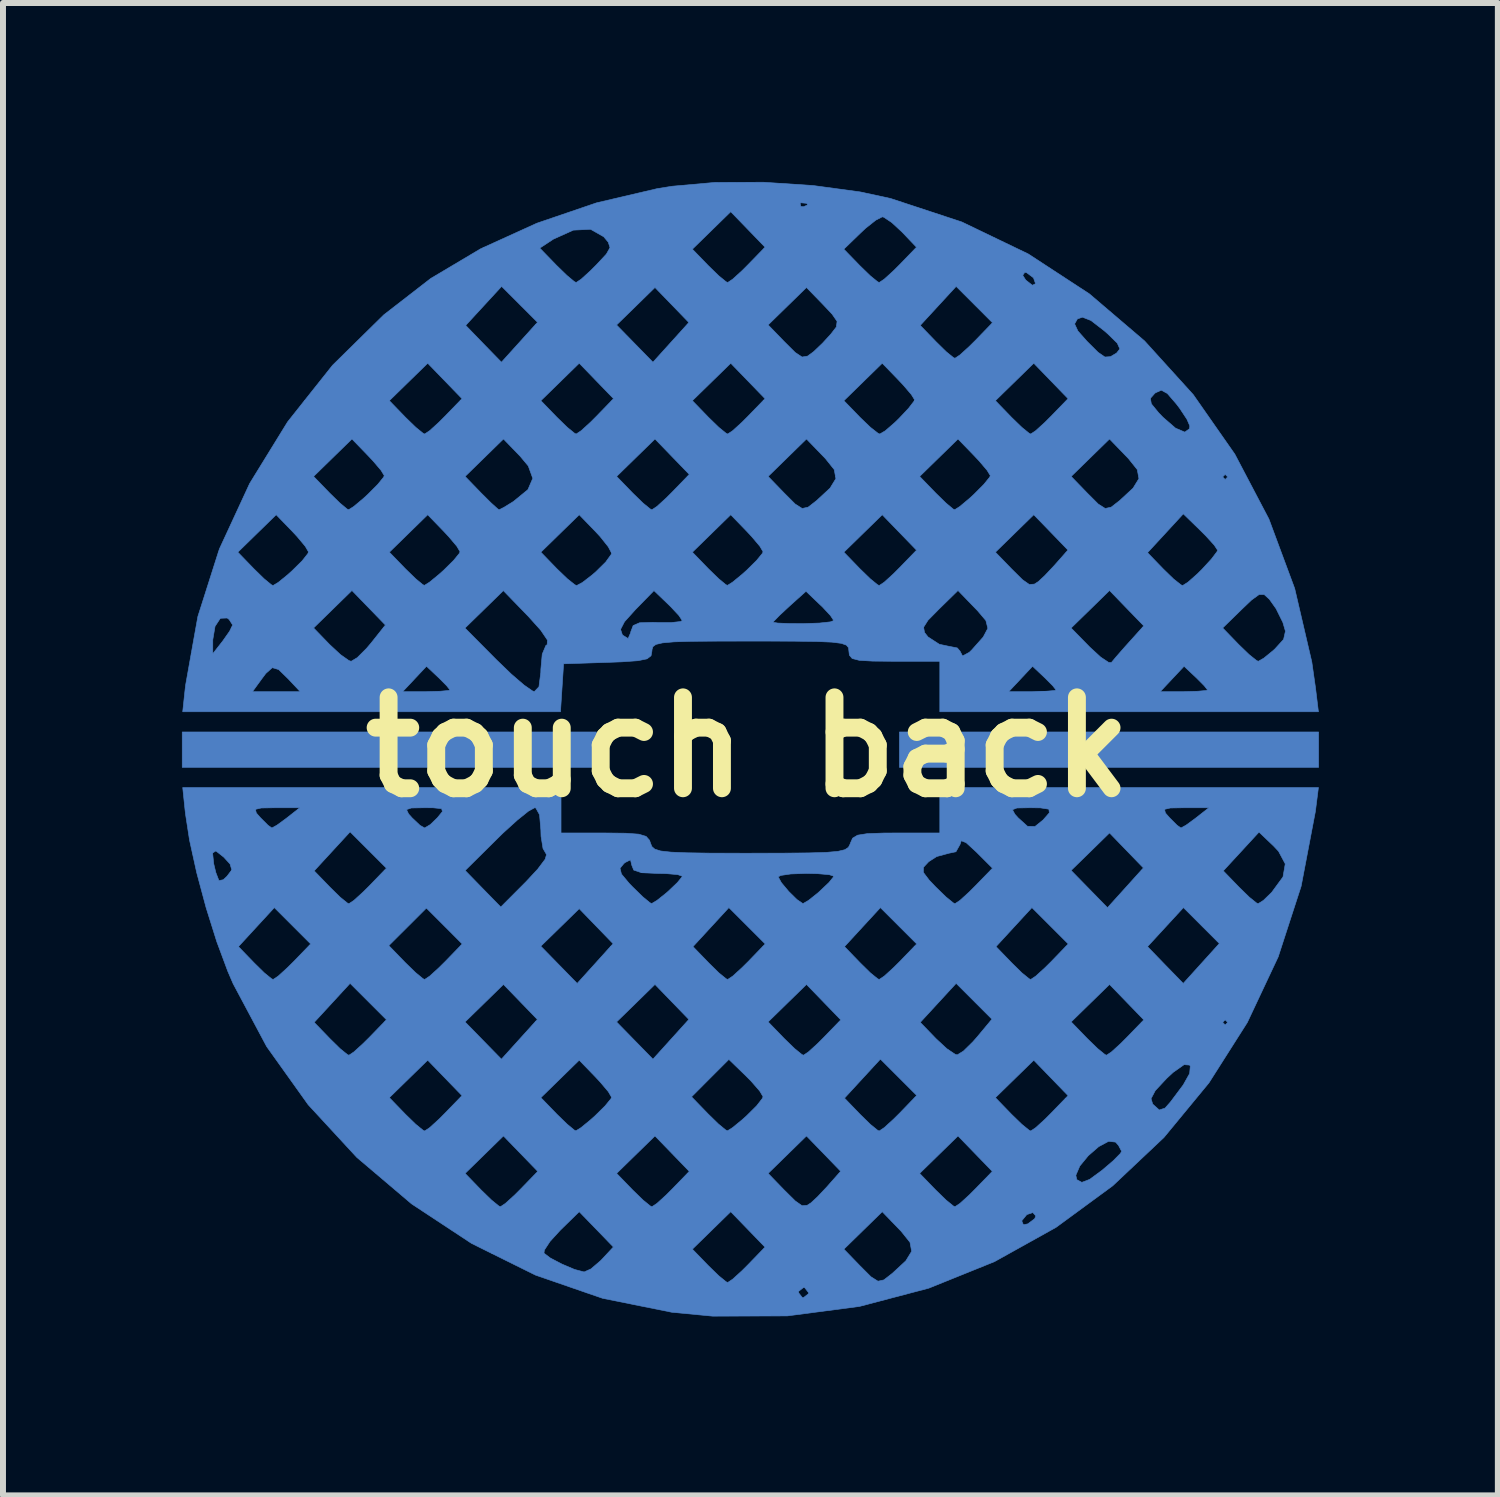
<source format=kicad_pcb>
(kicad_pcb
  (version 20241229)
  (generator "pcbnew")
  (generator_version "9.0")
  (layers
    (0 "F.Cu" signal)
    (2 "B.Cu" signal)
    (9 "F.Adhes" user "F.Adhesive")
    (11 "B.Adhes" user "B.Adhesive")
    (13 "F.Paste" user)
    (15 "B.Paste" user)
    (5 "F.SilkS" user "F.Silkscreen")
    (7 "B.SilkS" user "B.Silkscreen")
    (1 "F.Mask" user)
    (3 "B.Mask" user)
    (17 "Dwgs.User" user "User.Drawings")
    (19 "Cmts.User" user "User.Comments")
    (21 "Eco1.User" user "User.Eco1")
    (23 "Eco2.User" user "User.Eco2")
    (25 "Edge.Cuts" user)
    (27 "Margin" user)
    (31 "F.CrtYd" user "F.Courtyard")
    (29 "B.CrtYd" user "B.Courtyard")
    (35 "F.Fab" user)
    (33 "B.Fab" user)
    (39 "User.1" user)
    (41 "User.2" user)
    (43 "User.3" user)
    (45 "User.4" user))
  (footprint "touch back"
    (layer "F.Cu")
    (at 9.488 9.475)
    (property "Reference" "touch back" (at 0 0 0) (layer "F.SilkS") (effects (font (size 1.524 1.524) (thickness 0.3))))
    (attr through_hole)
    (fp_poly (pts (xy -2.54 0.339) (xy -9.483 0.339) (xy -9.483 -0.254) (xy -2.54 -0.254) (xy -2.54 0.339)) (stroke (width 0.01) (type solid)) (fill yes) (layer "B.Cu"))
    (fp_poly (pts (xy 9.567 0.339) (xy 2.54 0.339) (xy 2.54 -0.254) (xy 9.567 -0.254) (xy 9.567 0.339)) (stroke (width 0.01) (type solid)) (fill yes) (layer "B.Cu"))
    (fp_poly (pts (xy 9.513 1.079) (xy 9.274 2.333) (xy 8.89 3.515) (xy 8.372 4.616) (xy 7.729 5.628) (xy 6.974 6.544) (xy 6.115 7.354) (xy 5.165 8.051) (xy 4.134 8.625) (xy 3.032 9.07) (xy 1.87 9.376) (xy 0.66 9.535) (xy -0.59 9.539) (xy -1.274 9.474) (xy -2.435 9.24) (xy -2.714 9.144) (xy 0.847 9.144) (xy 0.911 9.226) (xy 0.931 9.229) (xy 1.014 9.164) (xy 1.016 9.144) (xy 0.952 9.062) (xy 0.931 9.059) (xy 0.849 9.124) (xy 0.847 9.144) (xy -2.714 9.144) (xy -3.561 8.851) (xy -4.304 8.483) (xy -3.419 8.483) (xy -3.313 8.564) (xy -3.118 8.666) (xy -2.906 8.756) (xy -2.746 8.798) (xy -2.745 8.798) (xy -2.631 8.747) (xy -2.472 8.611) (xy -2.454 8.593) (xy -2.289 8.416) (xy -0.931 8.416) (xy -0.661 8.695) (xy -0.489 8.862) (xy -0.366 8.962) (xy -0.339 8.975) (xy -0.255 8.919) (xy -0.099 8.777) (xy 0 8.678) (xy 0.254 8.416) (xy 1.609 8.416) (xy 1.879 8.695) (xy 2.063 8.879) (xy 2.18 8.953) (xy 2.28 8.931) (xy 2.416 8.825) (xy 2.417 8.825) (xy 2.647 8.612) (xy 2.745 8.452) (xy 2.717 8.301) (xy 2.569 8.116) (xy 2.536 8.082) (xy 2.402 7.943) (xy 4.591 7.943) (xy 4.618 8.007) (xy 4.692 7.992) (xy 4.808 7.905) (xy 4.826 7.858) (xy 4.776 7.802) (xy 4.675 7.837) (xy 4.594 7.936) (xy 4.591 7.943) (xy 2.402 7.943) (xy 2.252 7.788) (xy 1.609 8.416) (xy 0.254 8.416) (xy 0.287 8.382) (xy -0.288 7.788) (xy -0.931 8.416) (xy -2.289 8.416) (xy -2.255 8.38) (xy -2.541 8.084) (xy -2.828 7.788) (xy -3.146 8.099) (xy -3.317 8.286) (xy -3.412 8.431) (xy -3.419 8.483) (xy -4.304 8.483) (xy -4.634 8.319) (xy -5.638 7.657) (xy -6.24 7.146) (xy -4.741 7.146) (xy -4.471 7.425) (xy -4.299 7.592) (xy -4.176 7.692) (xy -4.149 7.705) (xy -4.065 7.649) (xy -3.909 7.507) (xy -3.81 7.408) (xy -3.556 7.146) (xy -2.201 7.146) (xy -1.931 7.425) (xy -1.759 7.592) (xy -1.636 7.692) (xy -1.609 7.705) (xy -1.525 7.649) (xy -1.369 7.507) (xy -1.27 7.408) (xy -1.016 7.146) (xy 0.339 7.146) (xy 0.609 7.425) (xy 0.794 7.608) (xy 0.907 7.687) (xy 0.993 7.681) (xy 1.058 7.639) (xy 1.168 7.537) (xy 1.326 7.369) (xy 1.349 7.343) (xy 1.523 7.146) (xy 2.879 7.146) (xy 3.149 7.425) (xy 3.321 7.592) (xy 3.444 7.692) (xy 3.471 7.705) (xy 3.555 7.649) (xy 3.711 7.507) (xy 3.81 7.408) (xy 4.034 7.178) (xy 5.497 7.178) (xy 5.514 7.251) (xy 5.598 7.296) (xy 5.729 7.246) (xy 5.935 7.095) (xy 6.125 6.933) (xy 6.244 6.812) (xy 6.265 6.776) (xy 6.213 6.677) (xy 6.163 6.621) (xy 6.047 6.608) (xy 5.881 6.697) (xy 5.706 6.849) (xy 5.564 7.022) (xy 5.497 7.178) (xy 4.034 7.178) (xy 4.097 7.112) (xy 3.522 6.518) (xy 2.879 7.146) (xy 1.523 7.146) (xy 1.555 7.11) (xy 1.269 6.814) (xy 0.982 6.518) (xy 0.339 7.146) (xy -1.016 7.146) (xy -0.983 7.112) (xy -1.558 6.518) (xy -2.201 7.146) (xy -3.556 7.146) (xy -3.523 7.112) (xy -4.098 6.518) (xy -4.741 7.146) (xy -6.24 7.146) (xy -6.556 6.878) (xy -7.372 5.994) (xy -7.456 5.876) (xy -6.011 5.876) (xy -5.741 6.155) (xy -5.569 6.322) (xy -5.446 6.422) (xy -5.419 6.435) (xy -5.335 6.379) (xy -5.179 6.237) (xy -5.08 6.138) (xy -4.826 5.876) (xy -3.471 5.876) (xy -3.201 6.155) (xy -3.03 6.321) (xy -2.91 6.42) (xy -2.883 6.432) (xy -2.798 6.379) (xy -2.637 6.247) (xy -2.561 6.179) (xy -2.394 6.014) (xy -2.296 5.894) (xy -2.286 5.868) (xy -2.29 5.862) (xy -0.945 5.862) (xy -0.668 6.148) (xy -0.495 6.317) (xy -0.372 6.418) (xy -0.343 6.432) (xy -0.258 6.379) (xy -0.097 6.247) (xy -0.021 6.179) (xy 0.147 6.012) (xy 0.244 5.887) (xy 0.245 5.884) (xy 1.619 5.884) (xy 1.885 6.16) (xy 2.054 6.325) (xy 2.175 6.423) (xy 2.201 6.435) (xy 2.285 6.379) (xy 2.441 6.237) (xy 2.542 6.137) (xy 2.794 5.876) (xy 4.149 5.876) (xy 4.419 6.155) (xy 4.591 6.322) (xy 4.714 6.422) (xy 4.741 6.435) (xy 4.825 6.379) (xy 4.981 6.237) (xy 5.08 6.138) (xy 5.317 5.893) (xy 6.758 5.893) (xy 6.786 5.984) (xy 6.896 6.083) (xy 6.994 6.05) (xy 7.084 5.948) (xy 7.298 5.662) (xy 7.405 5.471) (xy 7.416 5.35) (xy 7.406 5.33) (xy 7.312 5.323) (xy 7.13 5.451) (xy 7.02 5.553) (xy 6.829 5.758) (xy 6.758 5.893) (xy 5.317 5.893) (xy 5.367 5.842) (xy 4.792 5.248) (xy 4.149 5.876) (xy 2.794 5.876) (xy 2.83 5.839) (xy 2.221 5.23) (xy 1.92 5.557) (xy 1.619 5.884) (xy 0.245 5.884) (xy 0.254 5.86) (xy 0.198 5.765) (xy 0.056 5.602) (xy -0.032 5.513) (xy -0.319 5.235) (xy -0.632 5.548) (xy -0.945 5.862) (xy -2.29 5.862) (xy -2.34 5.776) (xy -2.477 5.614) (xy -2.557 5.528) (xy -2.828 5.248) (xy -3.471 5.876) (xy -4.826 5.876) (xy -4.793 5.842) (xy -5.368 5.248) (xy -6.011 5.876) (xy -7.456 5.876) (xy -8.068 5.019) (xy -8.284 4.614) (xy -7.271 4.614) (xy -7.005 4.889) (xy -6.836 5.055) (xy -6.715 5.153) (xy -6.689 5.165) (xy -6.605 5.109) (xy -6.449 4.967) (xy -6.348 4.867) (xy -6.096 4.607) (xy -4.742 4.607) (xy -4.437 4.919) (xy -4.132 5.231) (xy -3.831 4.898) (xy -3.568 4.607) (xy -2.202 4.607) (xy -1.897 4.919) (xy -1.592 5.231) (xy -1.291 4.898) (xy -1.027 4.606) (xy 0.339 4.606) (xy 0.609 4.885) (xy 0.781 5.052) (xy 0.904 5.152) (xy 0.931 5.165) (xy 1.015 5.109) (xy 1.171 4.967) (xy 1.27 4.868) (xy 1.516 4.614) (xy 2.889 4.614) (xy 3.155 4.889) (xy 3.333 5.054) (xy 3.474 5.149) (xy 3.509 5.159) (xy 3.613 5.095) (xy 3.771 4.94) (xy 3.845 4.856) (xy 4.053 4.606) (xy 5.419 4.606) (xy 5.689 4.885) (xy 5.861 5.052) (xy 5.984 5.152) (xy 6.011 5.165) (xy 6.095 5.109) (xy 6.251 4.967) (xy 6.35 4.868) (xy 6.596 4.614) (xy 7.959 4.614) (xy 8.001 4.657) (xy 8.043 4.614) (xy 8.001 4.572) (xy 7.959 4.614) (xy 6.596 4.614) (xy 6.637 4.572) (xy 6.062 3.978) (xy 5.419 4.606) (xy 4.053 4.606) (xy 4.091 4.56) (xy 3.491 3.96) (xy 3.19 4.287) (xy 2.889 4.614) (xy 1.516 4.614) (xy 1.557 4.572) (xy 0.982 3.978) (xy 0.339 4.606) (xy -1.027 4.606) (xy -0.99 4.565) (xy -1.558 3.978) (xy -1.88 4.293) (xy -2.202 4.607) (xy -3.568 4.607) (xy -3.53 4.565) (xy -4.098 3.978) (xy -4.42 4.293) (xy -4.742 4.607) (xy -6.096 4.607) (xy -6.06 4.569) (xy -6.669 3.96) (xy -6.97 4.287) (xy -7.271 4.614) (xy -8.284 4.614) (xy -8.63 3.965) (xy -8.72 3.756) (xy -8.873 3.344) (xy -8.541 3.344) (xy -8.275 3.619) (xy -8.106 3.785) (xy -7.985 3.883) (xy -7.959 3.895) (xy -7.875 3.839) (xy -7.719 3.697) (xy -7.618 3.597) (xy -7.357 3.327) (xy -6.02 3.327) (xy -5.745 3.611) (xy -5.572 3.779) (xy -5.448 3.881) (xy -5.419 3.895) (xy -5.335 3.839) (xy -5.179 3.697) (xy -5.078 3.597) (xy -4.826 3.337) (xy -3.472 3.337) (xy -3.167 3.649) (xy -2.862 3.961) (xy -2.561 3.628) (xy -2.305 3.344) (xy -0.921 3.344) (xy -0.655 3.619) (xy -0.486 3.785) (xy -0.365 3.883) (xy -0.339 3.895) (xy -0.255 3.839) (xy -0.099 3.697) (xy 0.002 3.597) (xy 0.246 3.344) (xy 1.619 3.344) (xy 1.885 3.619) (xy 2.054 3.785) (xy 2.175 3.883) (xy 2.201 3.895) (xy 2.285 3.839) (xy 2.441 3.697) (xy 2.542 3.597) (xy 2.786 3.344) (xy 4.159 3.344) (xy 4.425 3.619) (xy 4.594 3.785) (xy 4.715 3.883) (xy 4.741 3.895) (xy 4.825 3.839) (xy 4.981 3.697) (xy 5.082 3.597) (xy 5.326 3.344) (xy 6.699 3.344) (xy 6.998 3.653) (xy 7.298 3.961) (xy 7.601 3.626) (xy 7.903 3.292) (xy 7.301 2.69) (xy 6.699 3.344) (xy 5.326 3.344) (xy 5.37 3.299) (xy 4.761 2.69) (xy 4.46 3.017) (xy 4.159 3.344) (xy 2.786 3.344) (xy 2.83 3.299) (xy 2.221 2.69) (xy 1.92 3.017) (xy 1.619 3.344) (xy 0.246 3.344) (xy 0.29 3.299) (xy -0.319 2.69) (xy -0.62 3.017) (xy -0.921 3.344) (xy -2.305 3.344) (xy -2.26 3.295) (xy -2.828 2.708) (xy -3.15 3.023) (xy -3.472 3.337) (xy -4.826 3.337) (xy -4.79 3.299) (xy -5.09 2.998) (xy -5.39 2.698) (xy -5.705 3.013) (xy -6.02 3.327) (xy -7.357 3.327) (xy -7.33 3.299) (xy -7.939 2.69) (xy -8.24 3.017) (xy -8.541 3.344) (xy -8.873 3.344) (xy -8.903 3.264) (xy -9.082 2.694) (xy -9.24 2.106) (xy -9.313 1.775) (xy -8.974 1.775) (xy -8.955 1.956) (xy -8.92 2.102) (xy -8.868 2.237) (xy -8.795 2.223) (xy -8.733 2.165) (xy -8.664 2.074) (xy -7.271 2.074) (xy -7.005 2.349) (xy -6.836 2.515) (xy -6.715 2.613) (xy -6.689 2.625) (xy -6.605 2.569) (xy -6.449 2.427) (xy -6.348 2.327) (xy -6.098 2.068) (xy -4.74 2.068) (xy -4.442 2.374) (xy -4.143 2.68) (xy -3.716 2.252) (xy -3.52 2.041) (xy -3.513 2.031) (xy -2.144 2.031) (xy -2.12 2.128) (xy -1.99 2.284) (xy -1.934 2.342) (xy -1.763 2.509) (xy -1.641 2.609) (xy -1.613 2.622) (xy -1.525 2.57) (xy -1.367 2.444) (xy -1.333 2.414) (xy -1.181 2.269) (xy -1.105 2.175) (xy 0.508 2.175) (xy 0.561 2.272) (xy 0.684 2.419) (xy 0.822 2.555) (xy 0.919 2.621) (xy 0.925 2.622) (xy 1.015 2.57) (xy 1.173 2.444) (xy 1.206 2.414) (xy 1.359 2.269) (xy 1.437 2.172) (xy 1.439 2.163) (xy 1.363 2.138) (xy 1.165 2.121) (xy 0.974 2.117) (xy 0.719 2.126) (xy 0.549 2.151) (xy 0.508 2.175) (xy -1.105 2.175) (xy -1.103 2.172) (xy -1.101 2.163) (xy -1.177 2.137) (xy -1.372 2.12) (xy -1.524 2.117) (xy -1.785 2.105) (xy -1.799 2.1) (xy 2.941 2.1) (xy 3.037 2.227) (xy 3.147 2.343) (xy 3.32 2.511) (xy 3.443 2.611) (xy 3.471 2.625) (xy 3.555 2.569) (xy 3.711 2.427) (xy 3.811 2.327) (xy 4.064 2.067) (xy 5.418 2.067) (xy 5.723 2.379) (xy 6.028 2.691) (xy 6.329 2.358) (xy 6.585 2.074) (xy 7.969 2.074) (xy 8.235 2.349) (xy 8.405 2.515) (xy 8.527 2.613) (xy 8.553 2.625) (xy 8.642 2.569) (xy 8.781 2.434) (xy 8.97 2.176) (xy 9.008 1.957) (xy 8.895 1.745) (xy 8.814 1.659) (xy 8.568 1.424) (xy 8.269 1.749) (xy 7.969 2.074) (xy 6.585 2.074) (xy 6.63 2.025) (xy 6.062 1.438) (xy 5.74 1.753) (xy 5.418 2.067) (xy 4.064 2.067) (xy 4.1 2.029) (xy 3.828 1.757) (xy 3.659 1.602) (xy 3.576 1.569) (xy 3.556 1.631) (xy 3.487 1.754) (xy 3.372 1.778) (xy 3.165 1.834) (xy 3.031 1.92) (xy 2.943 2.014) (xy 2.941 2.1) (xy -1.799 2.1) (xy -1.914 2.061) (xy -1.947 1.979) (xy -1.968 1.889) (xy -2.058 1.934) (xy -2.078 1.95) (xy -2.144 2.031) (xy -3.513 2.031) (xy -3.399 1.879) (xy -3.375 1.797) (xy -3.38 1.794) (xy -3.435 1.699) (xy -3.468 1.494) (xy -3.471 1.39) (xy -3.493 1.133) (xy -3.556 1.02) (xy -3.575 1.016) (xy -3.678 1.072) (xy -3.866 1.223) (xy -4.104 1.439) (xy -4.209 1.542) (xy -4.74 2.068) (xy -6.098 2.068) (xy -6.06 2.029) (xy -6.669 1.42) (xy -6.97 1.747) (xy -7.271 2.074) (xy -8.664 2.074) (xy -8.652 2.059) (xy -8.681 1.96) (xy -8.787 1.844) (xy -8.919 1.74) (xy -8.974 1.775) (xy -9.313 1.775) (xy -9.361 1.557) (xy -9.428 1.122) (xy -9.437 1.043) (xy -8.256 1.043) (xy -8.241 1.104) (xy -8.17 1.185) (xy -8.045 1.31) (xy -7.98 1.355) (xy -7.895 1.308) (xy -7.739 1.194) (xy -7.728 1.185) (xy -7.552 1.047) (xy -5.723 1.047) (xy -5.689 1.119) (xy -5.63 1.185) (xy -5.497 1.311) (xy -5.419 1.355) (xy -5.324 1.298) (xy -5.207 1.185) (xy -5.121 1.08) (xy -5.135 1.031) (xy -5.276 1.017) (xy -5.419 1.016) (xy -5.642 1.02) (xy -5.723 1.047) (xy -7.552 1.047) (xy -7.512 1.016) (xy -7.918 1.016) (xy -8.158 1.02) (xy -8.256 1.043) (xy -9.437 1.043) (xy -9.475 0.677) (xy -3.133 0.677) (xy -3.133 1.439) (xy -2.405 1.439) (xy -2.05 1.443) (xy -1.829 1.459) (xy -1.707 1.496) (xy -1.65 1.56) (xy -1.633 1.609) (xy -1.61 1.667) (xy -1.561 1.71) (xy -1.462 1.741) (xy -1.291 1.76) (xy -1.026 1.771) (xy -0.643 1.777) (xy -0.119 1.778) (xy 0.042 1.778) (xy 0.606 1.777) (xy 1.024 1.773) (xy 1.317 1.764) (xy 1.51 1.747) (xy 1.626 1.719) (xy 1.685 1.68) (xy 1.713 1.625) (xy 1.718 1.609) (xy 1.755 1.526) (xy 1.838 1.476) (xy 2.001 1.45) (xy 2.28 1.44) (xy 2.49 1.439) (xy 3.217 1.439) (xy 3.217 1.049) (xy 4.435 1.049) (xy 4.476 1.125) (xy 4.53 1.185) (xy 4.687 1.327) (xy 4.813 1.33) (xy 4.947 1.222) (xy 5.053 1.101) (xy 5.046 1.043) (xy 6.984 1.043) (xy 6.999 1.104) (xy 7.07 1.185) (xy 7.195 1.31) (xy 7.26 1.355) (xy 7.345 1.308) (xy 7.501 1.194) (xy 7.512 1.185) (xy 7.728 1.016) (xy 7.322 1.016) (xy 7.082 1.02) (xy 6.984 1.043) (xy 5.046 1.043) (xy 5.045 1.04) (xy 4.903 1.018) (xy 4.728 1.016) (xy 4.51 1.02) (xy 4.435 1.049) (xy 3.217 1.049) (xy 3.217 0.677) (xy 6.391 0.677) (xy 9.564 0.677) (xy 9.513 1.079)) (stroke (width 0.01) (type solid)) (fill yes) (layer "B.Cu"))
    (fp_poly (pts (xy 1.092 -9.415) (xy 1.882 -9.308) (xy 2.391 -9.198) (xy 3.586 -8.804) (xy 4.7 -8.268) (xy 5.724 -7.599) (xy 6.649 -6.81) (xy 7.465 -5.91) (xy 8.163 -4.911) (xy 8.734 -3.824) (xy 9.166 -2.66) (xy 9.453 -1.429) (xy 9.515 -0.995) (xy 9.564 -0.593) (xy 3.217 -0.593) (xy 3.217 -0.931) (xy 4.373 -0.931) (xy 4.769 -0.931) (xy 6.913 -0.931) (xy 7.309 -0.931) (xy 7.541 -0.937) (xy 7.684 -0.95) (xy 7.705 -0.959) (xy 7.65 -1.029) (xy 7.517 -1.163) (xy 7.508 -1.171) (xy 7.312 -1.356) (xy 7.112 -1.143) (xy 6.913 -0.931) (xy 4.769 -0.931) (xy 5.001 -0.937) (xy 5.144 -0.95) (xy 5.165 -0.959) (xy 5.11 -1.029) (xy 4.977 -1.163) (xy 4.968 -1.171) (xy 4.772 -1.356) (xy 4.572 -1.143) (xy 4.373 -0.931) (xy 3.217 -0.931) (xy 3.217 -1.439) (xy 2.455 -1.439) (xy 2.093 -1.442) (xy 1.868 -1.455) (xy 1.748 -1.486) (xy 1.701 -1.542) (xy 1.693 -1.609) (xy 1.687 -1.667) (xy 1.651 -1.71) (xy 1.566 -1.74) (xy 1.408 -1.76) (xy 1.155 -1.771) (xy 0.786 -1.776) (xy 0.278 -1.778) (xy 0.042 -1.778) (xy -0.525 -1.777) (xy -0.945 -1.774) (xy -1.239 -1.765) (xy -1.431 -1.748) (xy -1.542 -1.722) (xy -1.593 -1.684) (xy -1.608 -1.633) (xy -1.609 -1.612) (xy -1.624 -1.531) (xy -1.691 -1.48) (xy -1.843 -1.449) (xy -2.111 -1.43) (xy -2.349 -1.421) (xy -3.09 -1.397) (xy -3.116 -0.995) (xy -3.142 -0.593) (xy -9.475 -0.593) (xy -9.439 -0.931) (xy -8.305 -0.931) (xy -7.506 -0.931) (xy -5.787 -0.931) (xy -5.391 -0.931) (xy -5.159 -0.937) (xy -5.016 -0.95) (xy -4.995 -0.959) (xy -5.05 -1.029) (xy -5.183 -1.163) (xy -5.192 -1.171) (xy -5.388 -1.356) (xy -5.588 -1.143) (xy -5.787 -0.931) (xy -7.506 -0.931) (xy -7.705 -1.143) (xy -7.867 -1.301) (xy -7.974 -1.332) (xy -8.082 -1.235) (xy -8.153 -1.14) (xy -8.305 -0.931) (xy -9.439 -0.931) (xy -9.427 -1.037) (xy -9.295 -1.778) (xy -8.971 -1.778) (xy -8.971 -1.566) (xy -8.805 -1.778) (xy -8.689 -1.943) (xy -8.662 -1.998) (xy -7.281 -1.998) (xy -7.011 -1.719) (xy -6.83 -1.551) (xy -6.688 -1.451) (xy -6.651 -1.439) (xy -6.549 -1.5) (xy -6.394 -1.655) (xy -6.319 -1.743) (xy -6.118 -1.996) (xy -4.743 -1.996) (xy -4.215 -1.464) (xy -3.967 -1.225) (xy -3.755 -1.042) (xy -3.611 -0.942) (xy -3.58 -0.931) (xy -3.503 -1.012) (xy -3.472 -1.253) (xy -3.471 -1.305) (xy -3.448 -1.559) (xy -3.387 -1.704) (xy -3.365 -1.718) (xy -3.361 -1.795) (xy -3.476 -1.965) (xy -3.485 -1.974) (xy -2.135 -1.974) (xy -2.105 -1.884) (xy -2.096 -1.875) (xy -2.008 -1.821) (xy -1.966 -1.918) (xy -1.963 -1.936) (xy -1.934 -2.01) (xy 2.945 -2.01) (xy 2.961 -1.921) (xy 3.02 -1.847) (xy 3.21 -1.724) (xy 3.357 -1.693) (xy 3.51 -1.663) (xy 3.556 -1.609) (xy 3.598 -1.528) (xy 3.712 -1.59) (xy 3.753 -1.63) (xy 3.945 -1.846) (xy 4.022 -1.992) (xy 4.021 -1.997) (xy 5.418 -1.997) (xy 5.732 -1.676) (xy 5.914 -1.509) (xy 6.048 -1.42) (xy 6.093 -1.418) (xy 6.175 -1.516) (xy 6.324 -1.686) (xy 6.388 -1.757) (xy 6.605 -1.998) (xy 7.959 -1.998) (xy 8.229 -1.719) (xy 8.402 -1.552) (xy 8.527 -1.452) (xy 8.556 -1.439) (xy 8.649 -1.492) (xy 8.806 -1.62) (xy 8.835 -1.647) (xy 8.98 -1.806) (xy 9.011 -1.944) (xy 8.968 -2.091) (xy 8.854 -2.321) (xy 8.742 -2.479) (xy 8.655 -2.558) (xy 8.569 -2.558) (xy 8.441 -2.465) (xy 8.282 -2.313) (xy 7.959 -1.998) (xy 6.605 -1.998) (xy 6.636 -2.033) (xy 6.349 -2.329) (xy 6.062 -2.626) (xy 5.74 -2.311) (xy 5.418 -1.997) (xy 4.021 -1.997) (xy 3.989 -2.123) (xy 3.848 -2.289) (xy 3.806 -2.332) (xy 3.522 -2.626) (xy 3.202 -2.313) (xy 3.019 -2.127) (xy 2.945 -2.01) (xy -1.934 -2.01) (xy -1.924 -2.038) (xy -1.816 -2.085) (xy -1.597 -2.092) (xy -1.519 -2.09) (xy -1.279 -2.09) (xy -1.244 -2.093) (xy 0.423 -2.093) (xy 0.5 -2.08) (xy 0.7 -2.072) (xy 0.931 -2.071) (xy 1.199 -2.08) (xy 1.383 -2.1) (xy 1.439 -2.122) (xy 1.384 -2.206) (xy 1.247 -2.353) (xy 1.206 -2.391) (xy 0.974 -2.613) (xy 0.699 -2.366) (xy 0.532 -2.211) (xy 0.434 -2.11) (xy 0.423 -2.093) (xy -1.244 -2.093) (xy -1.128 -2.106) (xy -1.101 -2.122) (xy -1.156 -2.206) (xy -1.293 -2.353) (xy -1.338 -2.397) (xy -1.575 -2.624) (xy -1.888 -2.303) (xy -2.069 -2.102) (xy -2.135 -1.974) (xy -3.485 -1.974) (xy -3.68 -2.191) (xy -4.1 -2.624) (xy -4.421 -2.31) (xy -4.743 -1.996) (xy -6.118 -1.996) (xy -6.077 -2.047) (xy -6.638 -2.626) (xy -7.281 -1.998) (xy -8.662 -1.998) (xy -8.638 -2.047) (xy -8.638 -2.048) (xy -8.697 -2.14) (xy -8.73 -2.165) (xy -8.844 -2.16) (xy -8.933 -2.025) (xy -8.971 -1.799) (xy -8.971 -1.778) (xy -9.295 -1.778) (xy -9.221 -2.19) (xy -8.878 -3.268) (xy -8.551 -3.268) (xy -8.281 -2.989) (xy -8.11 -2.822) (xy -7.988 -2.722) (xy -7.961 -2.709) (xy -7.874 -2.761) (xy -7.713 -2.892) (xy -7.639 -2.959) (xy -7.472 -3.124) (xy -7.376 -3.246) (xy -7.368 -3.268) (xy -6.011 -3.268) (xy -5.741 -2.989) (xy -5.57 -2.823) (xy -5.45 -2.724) (xy -5.423 -2.712) (xy -5.338 -2.765) (xy -5.177 -2.897) (xy -5.101 -2.965) (xy -4.934 -3.13) (xy -4.836 -3.25) (xy -4.829 -3.268) (xy -3.471 -3.268) (xy -3.201 -2.989) (xy -3.027 -2.822) (xy -2.901 -2.722) (xy -2.871 -2.709) (xy -2.775 -2.76) (xy -2.609 -2.888) (xy -2.549 -2.94) (xy -2.384 -3.103) (xy -2.293 -3.229) (xy -2.286 -3.253) (xy -2.293 -3.268) (xy -0.931 -3.268) (xy -0.661 -2.989) (xy -0.49 -2.823) (xy -0.37 -2.724) (xy -0.343 -2.712) (xy -0.258 -2.765) (xy -0.097 -2.897) (xy -0.021 -2.965) (xy 0.146 -3.13) (xy 0.244 -3.25) (xy 0.251 -3.268) (xy 1.609 -3.268) (xy 1.879 -2.989) (xy 2.051 -2.822) (xy 2.174 -2.722) (xy 2.201 -2.709) (xy 2.285 -2.765) (xy 2.441 -2.907) (xy 2.54 -3.006) (xy 2.794 -3.268) (xy 4.149 -3.268) (xy 4.419 -2.989) (xy 4.604 -2.806) (xy 4.717 -2.727) (xy 4.803 -2.733) (xy 4.868 -2.775) (xy 4.978 -2.877) (xy 5.136 -3.045) (xy 5.159 -3.071) (xy 5.326 -3.26) (xy 6.699 -3.26) (xy 6.965 -2.985) (xy 7.136 -2.819) (xy 7.26 -2.721) (xy 7.288 -2.709) (xy 7.377 -2.765) (xy 7.534 -2.904) (xy 7.61 -2.979) (xy 7.77 -3.153) (xy 7.863 -3.276) (xy 7.874 -3.301) (xy 7.818 -3.386) (xy 7.677 -3.541) (xy 7.586 -3.632) (xy 7.299 -3.911) (xy 6.999 -3.585) (xy 6.699 -3.26) (xy 5.326 -3.26) (xy 5.365 -3.304) (xy 5.079 -3.6) (xy 4.792 -3.896) (xy 4.149 -3.268) (xy 2.794 -3.268) (xy 2.827 -3.302) (xy 2.252 -3.896) (xy 1.609 -3.268) (xy 0.251 -3.268) (xy 0.254 -3.276) (xy 0.2 -3.368) (xy 0.063 -3.53) (xy -0.017 -3.616) (xy -0.288 -3.896) (xy -0.931 -3.268) (xy -2.293 -3.268) (xy -2.341 -3.359) (xy -2.478 -3.531) (xy -2.557 -3.616) (xy -2.828 -3.896) (xy -3.471 -3.268) (xy -4.829 -3.268) (xy -4.826 -3.276) (xy -4.88 -3.368) (xy -5.017 -3.53) (xy -5.097 -3.616) (xy -5.368 -3.896) (xy -6.011 -3.268) (xy -7.368 -3.268) (xy -7.366 -3.272) (xy -7.42 -3.366) (xy -7.557 -3.53) (xy -7.637 -3.616) (xy -7.908 -3.896) (xy -8.551 -3.268) (xy -8.878 -3.268) (xy -8.859 -3.325) (xy -8.353 -4.419) (xy -8.28 -4.538) (xy -7.281 -4.538) (xy -7.011 -4.259) (xy -6.84 -4.092) (xy -6.72 -3.992) (xy -6.693 -3.98) (xy -6.609 -4.033) (xy -6.45 -4.166) (xy -6.371 -4.238) (xy -6.205 -4.405) (xy -6.107 -4.526) (xy -6.102 -4.538) (xy -4.741 -4.538) (xy -4.471 -4.259) (xy -4.304 -4.093) (xy -4.193 -3.993) (xy -4.171 -3.979) (xy -4.088 -4.021) (xy -3.931 -4.118) (xy -3.688 -4.317) (xy -3.606 -4.507) (xy -3.618 -4.538) (xy -2.201 -4.538) (xy -1.931 -4.259) (xy -1.759 -4.092) (xy -1.636 -3.992) (xy -1.609 -3.979) (xy -1.525 -4.035) (xy -1.369 -4.177) (xy -1.27 -4.276) (xy -1.016 -4.538) (xy 0.339 -4.538) (xy 0.609 -4.259) (xy 0.793 -4.075) (xy 0.91 -4.001) (xy 1.01 -4.023) (xy 1.146 -4.129) (xy 1.147 -4.129) (xy 1.377 -4.342) (xy 1.475 -4.502) (xy 1.468 -4.538) (xy 2.879 -4.538) (xy 3.149 -4.259) (xy 3.32 -4.092) (xy 3.44 -3.992) (xy 3.467 -3.98) (xy 3.551 -4.033) (xy 3.71 -4.166) (xy 3.789 -4.238) (xy 3.955 -4.405) (xy 4.053 -4.526) (xy 4.058 -4.538) (xy 5.419 -4.538) (xy 5.689 -4.259) (xy 5.873 -4.075) (xy 5.99 -4.001) (xy 6.09 -4.023) (xy 6.226 -4.129) (xy 6.227 -4.129) (xy 6.457 -4.342) (xy 6.555 -4.502) (xy 6.55 -4.53) (xy 7.959 -4.53) (xy 8.001 -4.487) (xy 8.043 -4.53) (xy 8.001 -4.572) (xy 7.959 -4.53) (xy 6.55 -4.53) (xy 6.527 -4.653) (xy 6.379 -4.838) (xy 6.346 -4.872) (xy 6.062 -5.166) (xy 5.419 -4.538) (xy 4.058 -4.538) (xy 4.064 -4.551) (xy 4.01 -4.64) (xy 3.874 -4.8) (xy 3.793 -4.886) (xy 3.522 -5.166) (xy 2.879 -4.538) (xy 1.468 -4.538) (xy 1.447 -4.653) (xy 1.299 -4.838) (xy 1.266 -4.872) (xy 0.982 -5.166) (xy 0.339 -4.538) (xy -1.016 -4.538) (xy -0.983 -4.572) (xy -1.558 -5.166) (xy -2.201 -4.538) (xy -3.618 -4.538) (xy -3.682 -4.714) (xy -3.819 -4.878) (xy -4.098 -5.166) (xy -4.741 -4.538) (xy -6.102 -4.538) (xy -6.096 -4.551) (xy -6.15 -4.64) (xy -6.286 -4.8) (xy -6.367 -4.886) (xy -6.638 -5.166) (xy -7.281 -4.538) (xy -8.28 -4.538) (xy -7.717 -5.452) (xy -7.435 -5.808) (xy -6.011 -5.808) (xy -5.741 -5.529) (xy -5.569 -5.362) (xy -5.446 -5.262) (xy -5.419 -5.249) (xy -5.335 -5.305) (xy -5.179 -5.447) (xy -5.08 -5.546) (xy -4.826 -5.808) (xy -3.471 -5.808) (xy -3.201 -5.529) (xy -3.029 -5.362) (xy -2.906 -5.262) (xy -2.879 -5.249) (xy -2.795 -5.305) (xy -2.639 -5.447) (xy -2.54 -5.546) (xy -2.286 -5.808) (xy -0.931 -5.808) (xy -0.661 -5.529) (xy -0.489 -5.362) (xy -0.366 -5.262) (xy -0.339 -5.249) (xy -0.255 -5.305) (xy -0.099 -5.447) (xy 0 -5.546) (xy 0.254 -5.808) (xy 1.609 -5.808) (xy 1.879 -5.529) (xy 2.053 -5.362) (xy 2.181 -5.262) (xy 2.211 -5.249) (xy 2.304 -5.304) (xy 2.463 -5.442) (xy 2.533 -5.51) (xy 2.693 -5.68) (xy 2.785 -5.8) (xy 2.788 -5.808) (xy 4.149 -5.808) (xy 4.419 -5.529) (xy 4.591 -5.362) (xy 4.714 -5.262) (xy 4.741 -5.249) (xy 4.825 -5.305) (xy 4.981 -5.447) (xy 5.08 -5.546) (xy 5.367 -5.842) (xy 5.362 -5.847) (xy 6.747 -5.847) (xy 6.763 -5.755) (xy 6.883 -5.608) (xy 6.957 -5.531) (xy 7.168 -5.348) (xy 7.324 -5.281) (xy 7.403 -5.338) (xy 7.408 -5.385) (xy 7.36 -5.496) (xy 7.239 -5.679) (xy 7.182 -5.754) (xy 7.031 -5.929) (xy 6.929 -5.984) (xy 6.831 -5.939) (xy 6.819 -5.929) (xy 6.747 -5.847) (xy 5.362 -5.847) (xy 4.792 -6.436) (xy 4.149 -5.808) (xy 2.788 -5.808) (xy 2.794 -5.823) (xy 2.74 -5.911) (xy 2.604 -6.07) (xy 2.523 -6.156) (xy 2.252 -6.436) (xy 1.609 -5.808) (xy 0.254 -5.808) (xy 0.287 -5.842) (xy -0.288 -6.436) (xy -0.931 -5.808) (xy -2.286 -5.808) (xy -2.253 -5.842) (xy -2.828 -6.436) (xy -3.471 -5.808) (xy -4.826 -5.808) (xy -4.793 -5.842) (xy -5.368 -6.436) (xy -6.011 -5.808) (xy -7.435 -5.808) (xy -6.963 -6.402) (xy -6.284 -7.07) (xy -4.731 -7.07) (xy -4.432 -6.761) (xy -4.132 -6.453) (xy -3.829 -6.788) (xy -3.568 -7.077) (xy -2.202 -7.077) (xy -1.897 -6.765) (xy -1.592 -6.453) (xy -1.291 -6.786) (xy -1.027 -7.078) (xy 0.339 -7.078) (xy 0.609 -6.799) (xy 0.793 -6.616) (xy 0.908 -6.54) (xy 1 -6.555) (xy 1.101 -6.629) (xy 1.251 -6.772) (xy 1.391 -6.925) (xy 1.483 -7.044) (xy 1.486 -7.07) (xy 2.889 -7.07) (xy 3.155 -6.795) (xy 3.324 -6.629) (xy 3.445 -6.531) (xy 3.471 -6.519) (xy 3.555 -6.575) (xy 3.711 -6.717) (xy 3.812 -6.817) (xy 4.081 -7.095) (xy 5.477 -7.095) (xy 5.532 -6.976) (xy 5.686 -6.802) (xy 5.87 -6.619) (xy 5.985 -6.54) (xy 6.078 -6.546) (xy 6.181 -6.607) (xy 6.235 -6.676) (xy 6.192 -6.772) (xy 6.034 -6.927) (xy 5.971 -6.982) (xy 5.751 -7.152) (xy 5.608 -7.208) (xy 5.523 -7.178) (xy 5.477 -7.095) (xy 4.081 -7.095) (xy 4.1 -7.115) (xy 3.491 -7.724) (xy 3.19 -7.397) (xy 2.889 -7.07) (xy 1.486 -7.07) (xy 1.495 -7.138) (xy 1.412 -7.258) (xy 1.268 -7.411) (xy 0.982 -7.706) (xy 0.339 -7.078) (xy -1.027 -7.078) (xy -0.99 -7.119) (xy -1.558 -7.706) (xy -1.88 -7.391) (xy -2.202 -7.077) (xy -3.568 -7.077) (xy -3.527 -7.122) (xy -4.129 -7.724) (xy -4.731 -7.07) (xy -6.284 -7.07) (xy -6.104 -7.247) (xy -5.317 -7.857) (xy -4.483 -8.353) (xy -4.455 -8.366) (xy -3.489 -8.366) (xy -3.21 -8.078) (xy -3.035 -7.908) (xy -2.91 -7.804) (xy -2.879 -7.789) (xy -2.795 -7.845) (xy -2.639 -7.987) (xy -2.542 -8.084) (xy -2.374 -8.264) (xy -2.326 -8.348) (xy -0.931 -8.348) (xy -0.661 -8.069) (xy -0.489 -7.902) (xy -0.366 -7.802) (xy -0.339 -7.789) (xy -0.255 -7.845) (xy -0.099 -7.987) (xy 0 -8.086) (xy 0.255 -8.348) (xy 1.608 -8.348) (xy 1.879 -8.069) (xy 2.051 -7.902) (xy 2.174 -7.802) (xy 2.201 -7.789) (xy 2.285 -7.845) (xy 2.357 -7.91) (xy 4.607 -7.91) (xy 4.658 -7.83) (xy 4.769 -7.743) (xy 4.822 -7.77) (xy 4.787 -7.868) (xy 4.672 -7.954) (xy 4.641 -7.959) (xy 4.607 -7.91) (xy 2.357 -7.91) (xy 2.441 -7.987) (xy 2.54 -8.085) (xy 2.826 -8.381) (xy 2.583 -8.636) (xy 2.411 -8.795) (xy 2.279 -8.883) (xy 2.253 -8.89) (xy 2.145 -8.835) (xy 1.972 -8.698) (xy 1.888 -8.619) (xy 1.608 -8.348) (xy 0.255 -8.348) (xy 0.287 -8.382) (xy -0.288 -8.976) (xy -0.931 -8.348) (xy -2.326 -8.348) (xy -2.312 -8.374) (xy -2.341 -8.465) (xy -2.417 -8.556) (xy -2.637 -8.681) (xy -2.926 -8.667) (xy -3.261 -8.516) (xy -3.285 -8.5) (xy -3.489 -8.366) (xy -4.455 -8.366) (xy -3.538 -8.783) (xy -2.563 -9.116) (xy 0.875 -9.116) (xy 0.887 -9.065) (xy 0.931 -9.059) (xy 1.001 -9.09) (xy 0.988 -9.116) (xy 0.887 -9.126) (xy 0.875 -9.116) (xy -2.563 -9.116) (xy -2.533 -9.126) (xy -1.52 -9.363) (xy -1.27 -9.403) (xy -0.551 -9.467) (xy 0.259 -9.47) (xy 1.092 -9.415)) (stroke (width 0.01) (type solid)) (fill yes) (layer "B.Cu")))
  (gr_rect
    (start -3 -3)
    (end 22.06 22.019)
    (stroke (width 0.1) (type default))
    (fill no)
    (layer "Edge.Cuts")))
</source>
